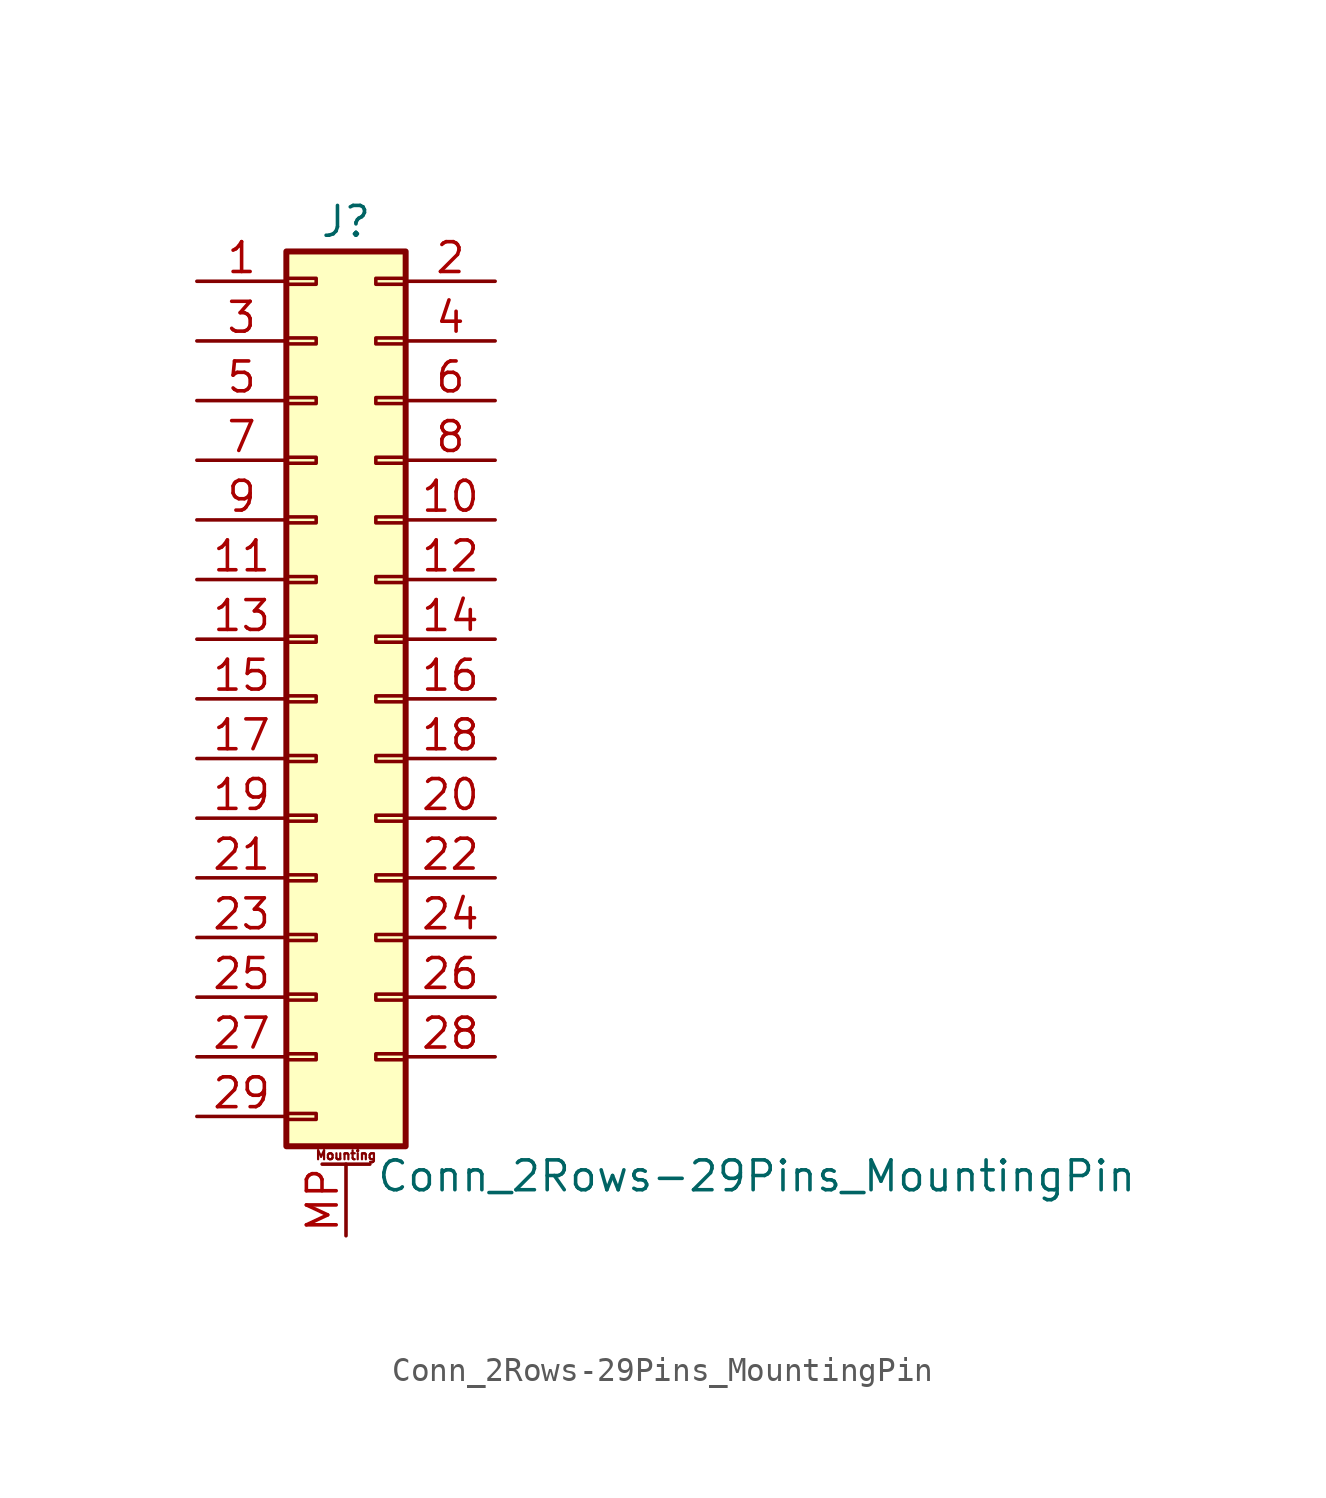
<source format=kicad_sym>
(kicad_symbol_lib
  (version 20201005)
  (generator kicad_symbol_editor)
  (symbol "Connector_Generic_MountingPin:Conn_2Rows-29Pins_MountingPin"
    (pin_names
      (offset 1.016) hide)
    (property "Reference" "J"
      (at 1.27 20.32 0)
      (effects (font (size 1.27 1.27))))
    (property "Value" "Conn_2Rows-29Pins_MountingPin"
      (at 2.54 -20.32 0)
      (effects (font (size 1.27 1.27)) (justify left)))
    (symbol "Conn_2Rows-29Pins_MountingPin_1_1"
      (text "Mounting" (at 1.27 -19.431 0) (effects (font (size 0.381 0.381))))
      (rectangle (start -1.27 -4.953) (end 0 -5.207) (stroke (width 0.152)) (fill (type none)))
      (rectangle (start -1.27 -7.493) (end 0 -7.747) (stroke (width 0.152)) (fill (type none)))
      (rectangle (start -1.27 -10.033) (end 0 -10.287) (stroke (width 0.152)) (fill (type none)))
      (rectangle (start -1.27 -12.573) (end 0 -12.827) (stroke (width 0.152)) (fill (type none)))
      (rectangle (start -1.27 -15.113) (end 0 -15.367) (stroke (width 0.152)) (fill (type none)))
      (rectangle (start -1.27 -17.653) (end 0 -17.907) (stroke (width 0.152)) (fill (type none)))
      (rectangle (start -1.27 -2.413) (end 0 -2.667) (stroke (width 0.152)) (fill (type none)))
      (rectangle (start -1.27 2.667) (end 0 2.413) (stroke (width 0.152)) (fill (type none)))
      (rectangle (start -1.27 5.207) (end 0 4.953) (stroke (width 0.152)) (fill (type none)))
      (rectangle (start -1.27 7.747) (end 0 7.493) (stroke (width 0.152)) (fill (type none)))
      (rectangle (start -1.27 10.287) (end 0 10.033) (stroke (width 0.152)) (fill (type none)))
      (rectangle (start -1.27 0.127) (end 0 -0.127) (stroke (width 0.152)) (fill (type none)))
      (rectangle (start -1.27 12.827) (end 0 12.573) (stroke (width 0.152)) (fill (type none)))
      (rectangle (start -1.27 15.367) (end 0 15.113) (stroke (width 0.152)) (fill (type none)))
      (rectangle (start -1.27 17.907) (end 0 17.653) (stroke (width 0.152)) (fill (type none)))
      (rectangle (start -1.27 19.05) (end 3.81 -19.05) (stroke (width 0.254)) (fill (type background)))
      (rectangle (start 3.81 -4.953) (end 2.54 -5.207) (stroke (width 0.152)) (fill (type none)))
      (rectangle (start 3.81 -7.493) (end 2.54 -7.747) (stroke (width 0.152)) (fill (type none)))
      (rectangle (start 3.81 -10.033) (end 2.54 -10.287) (stroke (width 0.152)) (fill (type none)))
      (rectangle (start 3.81 -12.573) (end 2.54 -12.827) (stroke (width 0.152)) (fill (type none)))
      (rectangle (start 3.81 -15.113) (end 2.54 -15.367) (stroke (width 0.152)) (fill (type none)))
      (rectangle (start 3.81 -2.413) (end 2.54 -2.667) (stroke (width 0.152)) (fill (type none)))
      (rectangle (start 3.81 2.667) (end 2.54 2.413) (stroke (width 0.152)) (fill (type none)))
      (rectangle (start 3.81 5.207) (end 2.54 4.953) (stroke (width 0.152)) (fill (type none)))
      (rectangle (start 3.81 7.747) (end 2.54 7.493) (stroke (width 0.152)) (fill (type none)))
      (rectangle (start 3.81 10.287) (end 2.54 10.033) (stroke (width 0.152)) (fill (type none)))
      (rectangle (start 3.81 0.127) (end 2.54 -0.127) (stroke (width 0.152)) (fill (type none)))
      (rectangle (start 3.81 12.827) (end 2.54 12.573) (stroke (width 0.152)) (fill (type none)))
      (rectangle (start 3.81 15.367) (end 2.54 15.113) (stroke (width 0.152)) (fill (type none)))
      (rectangle (start 3.81 17.907) (end 2.54 17.653) (stroke (width 0.152)) (fill (type none)))
      (polyline (pts (xy 0.254 -19.812) (xy 2.286 -19.812)) (stroke (width 0.152)) (fill (type none)))
      (pin passive line (at 1.27 -22.86 90) (length 3.048) (name "MountPin" (effects (font (size 1.27 1.27)))) (number "MP" (effects (font (size 1.27 1.27)))))
      (pin passive line (at -5.08 17.78 0) (length 3.81) (name "Pin_1" (effects (font (size 1.27 1.27)))) (number "1" (effects (font (size 1.27 1.27)))))
      (pin passive line (at 7.62 7.62 180) (length 3.81) (name "Pin_10" (effects (font (size 1.27 1.27)))) (number "10" (effects (font (size 1.27 1.27)))))
      (pin passive line (at -5.08 5.08 0) (length 3.81) (name "Pin_11" (effects (font (size 1.27 1.27)))) (number "11" (effects (font (size 1.27 1.27)))))
      (pin passive line (at 7.62 5.08 180) (length 3.81) (name "Pin_12" (effects (font (size 1.27 1.27)))) (number "12" (effects (font (size 1.27 1.27)))))
      (pin passive line (at -5.08 2.54 0) (length 3.81) (name "Pin_13" (effects (font (size 1.27 1.27)))) (number "13" (effects (font (size 1.27 1.27)))))
      (pin passive line (at 7.62 2.54 180) (length 3.81) (name "Pin_14" (effects (font (size 1.27 1.27)))) (number "14" (effects (font (size 1.27 1.27)))))
      (pin passive line (at -5.08 0 0) (length 3.81) (name "Pin_15" (effects (font (size 1.27 1.27)))) (number "15" (effects (font (size 1.27 1.27)))))
      (pin passive line (at 7.62 0 180) (length 3.81) (name "Pin_16" (effects (font (size 1.27 1.27)))) (number "16" (effects (font (size 1.27 1.27)))))
      (pin passive line (at -5.08 -2.54 0) (length 3.81) (name "Pin_17" (effects (font (size 1.27 1.27)))) (number "17" (effects (font (size 1.27 1.27)))))
      (pin passive line (at 7.62 -2.54 180) (length 3.81) (name "Pin_18" (effects (font (size 1.27 1.27)))) (number "18" (effects (font (size 1.27 1.27)))))
      (pin passive line (at -5.08 -5.08 0) (length 3.81) (name "Pin_19" (effects (font (size 1.27 1.27)))) (number "19" (effects (font (size 1.27 1.27)))))
      (pin passive line (at 7.62 17.78 180) (length 3.81) (name "Pin_2" (effects (font (size 1.27 1.27)))) (number "2" (effects (font (size 1.27 1.27)))))
      (pin passive line (at 7.62 -5.08 180) (length 3.81) (name "Pin_20" (effects (font (size 1.27 1.27)))) (number "20" (effects (font (size 1.27 1.27)))))
      (pin passive line (at -5.08 -7.62 0) (length 3.81) (name "Pin_21" (effects (font (size 1.27 1.27)))) (number "21" (effects (font (size 1.27 1.27)))))
      (pin passive line (at 7.62 -7.62 180) (length 3.81) (name "Pin_22" (effects (font (size 1.27 1.27)))) (number "22" (effects (font (size 1.27 1.27)))))
      (pin passive line (at -5.08 -10.16 0) (length 3.81) (name "Pin_23" (effects (font (size 1.27 1.27)))) (number "23" (effects (font (size 1.27 1.27)))))
      (pin passive line (at 7.62 -10.16 180) (length 3.81) (name "Pin_24" (effects (font (size 1.27 1.27)))) (number "24" (effects (font (size 1.27 1.27)))))
      (pin passive line (at -5.08 -12.7 0) (length 3.81) (name "Pin_25" (effects (font (size 1.27 1.27)))) (number "25" (effects (font (size 1.27 1.27)))))
      (pin passive line (at 7.62 -12.7 180) (length 3.81) (name "Pin_26" (effects (font (size 1.27 1.27)))) (number "26" (effects (font (size 1.27 1.27)))))
      (pin passive line (at -5.08 -15.24 0) (length 3.81) (name "Pin_27" (effects (font (size 1.27 1.27)))) (number "27" (effects (font (size 1.27 1.27)))))
      (pin passive line (at 7.62 -15.24 180) (length 3.81) (name "Pin_28" (effects (font (size 1.27 1.27)))) (number "28" (effects (font (size 1.27 1.27)))))
      (pin passive line (at -5.08 -17.78 0) (length 3.81) (name "Pin_29" (effects (font (size 1.27 1.27)))) (number "29" (effects (font (size 1.27 1.27)))))
      (pin passive line (at -5.08 15.24 0) (length 3.81) (name "Pin_3" (effects (font (size 1.27 1.27)))) (number "3" (effects (font (size 1.27 1.27)))))
      (pin passive line (at 7.62 15.24 180) (length 3.81) (name "Pin_4" (effects (font (size 1.27 1.27)))) (number "4" (effects (font (size 1.27 1.27)))))
      (pin passive line (at -5.08 12.7 0) (length 3.81) (name "Pin_5" (effects (font (size 1.27 1.27)))) (number "5" (effects (font (size 1.27 1.27)))))
      (pin passive line (at 7.62 12.7 180) (length 3.81) (name "Pin_6" (effects (font (size 1.27 1.27)))) (number "6" (effects (font (size 1.27 1.27)))))
      (pin passive line (at -5.08 10.16 0) (length 3.81) (name "Pin_7" (effects (font (size 1.27 1.27)))) (number "7" (effects (font (size 1.27 1.27)))))
      (pin passive line (at 7.62 10.16 180) (length 3.81) (name "Pin_8" (effects (font (size 1.27 1.27)))) (number "8" (effects (font (size 1.27 1.27)))))
      (pin passive line (at -5.08 7.62 0) (length 3.81) (name "Pin_9" (effects (font (size 1.27 1.27)))) (number "9" (effects (font (size 1.27 1.27))))))))
</source>
